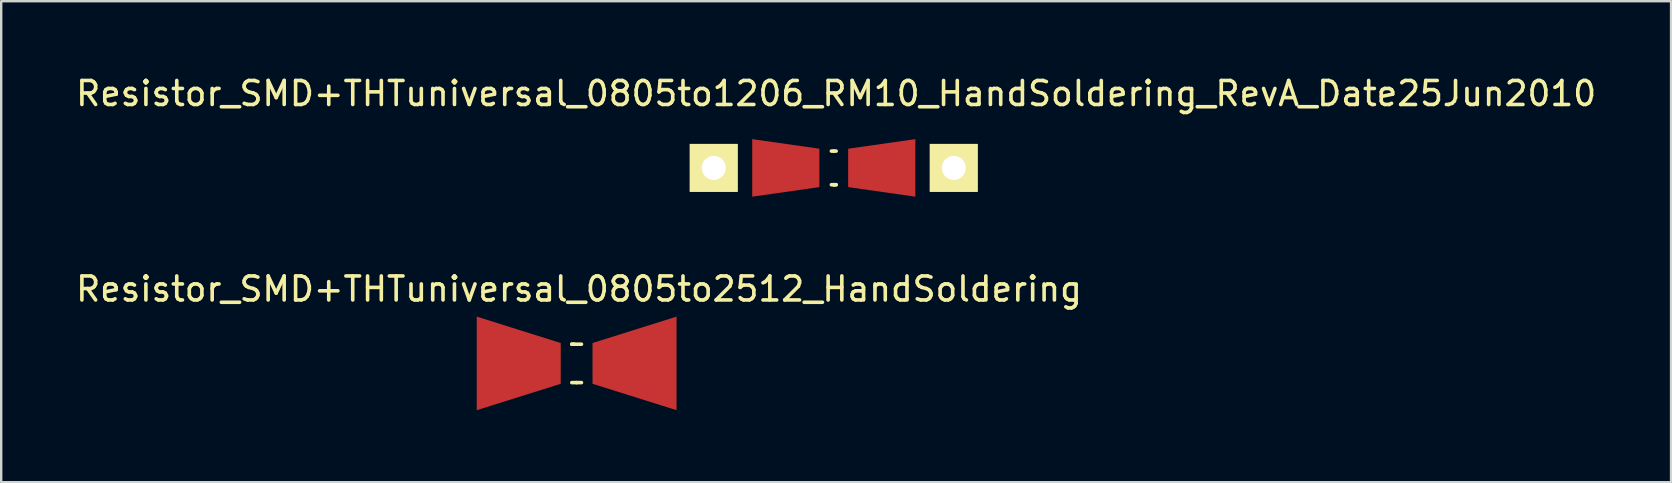
<source format=kicad_pcb>
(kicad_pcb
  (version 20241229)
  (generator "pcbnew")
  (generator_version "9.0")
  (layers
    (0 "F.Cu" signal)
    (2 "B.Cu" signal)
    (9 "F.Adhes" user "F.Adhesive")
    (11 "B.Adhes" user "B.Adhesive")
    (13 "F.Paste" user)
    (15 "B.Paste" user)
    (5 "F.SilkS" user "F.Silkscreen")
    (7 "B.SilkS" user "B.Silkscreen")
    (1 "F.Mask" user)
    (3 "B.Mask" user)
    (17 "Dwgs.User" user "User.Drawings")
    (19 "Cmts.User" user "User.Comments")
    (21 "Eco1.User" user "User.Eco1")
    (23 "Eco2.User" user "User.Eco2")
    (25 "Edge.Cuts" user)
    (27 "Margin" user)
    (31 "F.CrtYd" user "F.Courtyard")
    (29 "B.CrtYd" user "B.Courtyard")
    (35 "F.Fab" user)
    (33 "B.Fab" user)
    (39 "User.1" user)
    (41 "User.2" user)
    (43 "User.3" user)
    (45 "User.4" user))
  (footprint "Resistor_SMD+THTuniversal_0805to1206_RM10_HandSoldering_RevA_Date25Jun2010"
    (layer "F.Cu")
    (at 31.693 3.947)
    (property "Reference" "Resistor_SMD+THTuniversal_0805to1206_RM10_HandSoldering_RevA_Date25Jun2010" (at 0.099 -3.099 0) (layer "F.SilkS") (effects (font (size 1 1) (thickness 0.15))))
    (attr through_hole)
    (fp_line (start 0 -0.701) (end -0.099 -0.701) (stroke (width 0.15) (type solid)) (layer "F.SilkS"))
    (fp_line (start 0 -0.701) (end 0.099 -0.701) (stroke (width 0.15) (type solid)) (layer "F.SilkS"))
    (fp_line (start 0 0.701) (end -0.099 0.701) (stroke (width 0.15) (type solid)) (layer "F.SilkS"))
    (fp_line (start 0 0.701) (end 0.099 0.701) (stroke (width 0.15) (type solid)) (layer "F.SilkS"))
    (fp_line (start 0.099 0.701) (end 0 0.701) (stroke (width 0.15) (type solid)) (layer "F.SilkS"))
    (pad "1" thru_hole rect (at -5.001 0 180) (size 1.999 1.999) (drill 1.001) (layers "*.Cu" "*.Mask" "F.SilkS"))
    (pad "1" smd trapezoid (at -1.999 0) (size 2.799 1.999) (rect_delta 0.399 0) (layers "F.Cu" "F.Mask" "F.Paste"))
    (pad "2" smd trapezoid (at 1.999 0 180) (size 2.799 1.999) (rect_delta 0.399 0) (layers "F.Cu" "F.Mask" "F.Paste"))
    (pad "2" thru_hole rect (at 5.001 0 180) (size 1.999 1.999) (drill 1.001) (layers "*.Cu" "*.Mask" "F.SilkS")))
  (footprint "Resistor_SMD+THTuniversal_0805to2512_HandSoldering"
    (layer "F.Cu")
    (at 20.978 12.093)
    (property "Reference" "Resistor_SMD+THTuniversal_0805to2512_HandSoldering" (at 0.099 -3.099 0) (layer "F.SilkS") (effects (font (size 1 1) (thickness 0.15))))
    (attr through_hole)
    (fp_line (start -0.201 -0.8) (end 0.201 -0.8) (stroke (width 0.15) (type solid)) (layer "F.SilkS"))
    (fp_line (start -0.099 -0.8) (end -0.201 -0.8) (stroke (width 0.15) (type solid)) (layer "F.SilkS"))
    (fp_line (start 0 0.8) (end -0.201 0.8) (stroke (width 0.15) (type solid)) (layer "F.SilkS"))
    (fp_line (start 0 0.8) (end 0.201 0.8) (stroke (width 0.15) (type solid)) (layer "F.SilkS"))
    (pad "1" smd trapezoid (at -2.413 0) (size 3.5 2.799) (rect_delta 1.1 0) (layers "F.Cu" "F.Mask" "F.Paste"))
    (pad "2" smd trapezoid (at 2.413 0 180) (size 3.5 2.799) (rect_delta 1.1 0) (layers "F.Cu" "F.Mask" "F.Paste")))
  (gr_rect
    (start -3 -3)
    (end 66.583 17.042)
    (stroke (width 0.1) (type default))
    (fill no)
    (layer "Edge.Cuts")))
</source>
